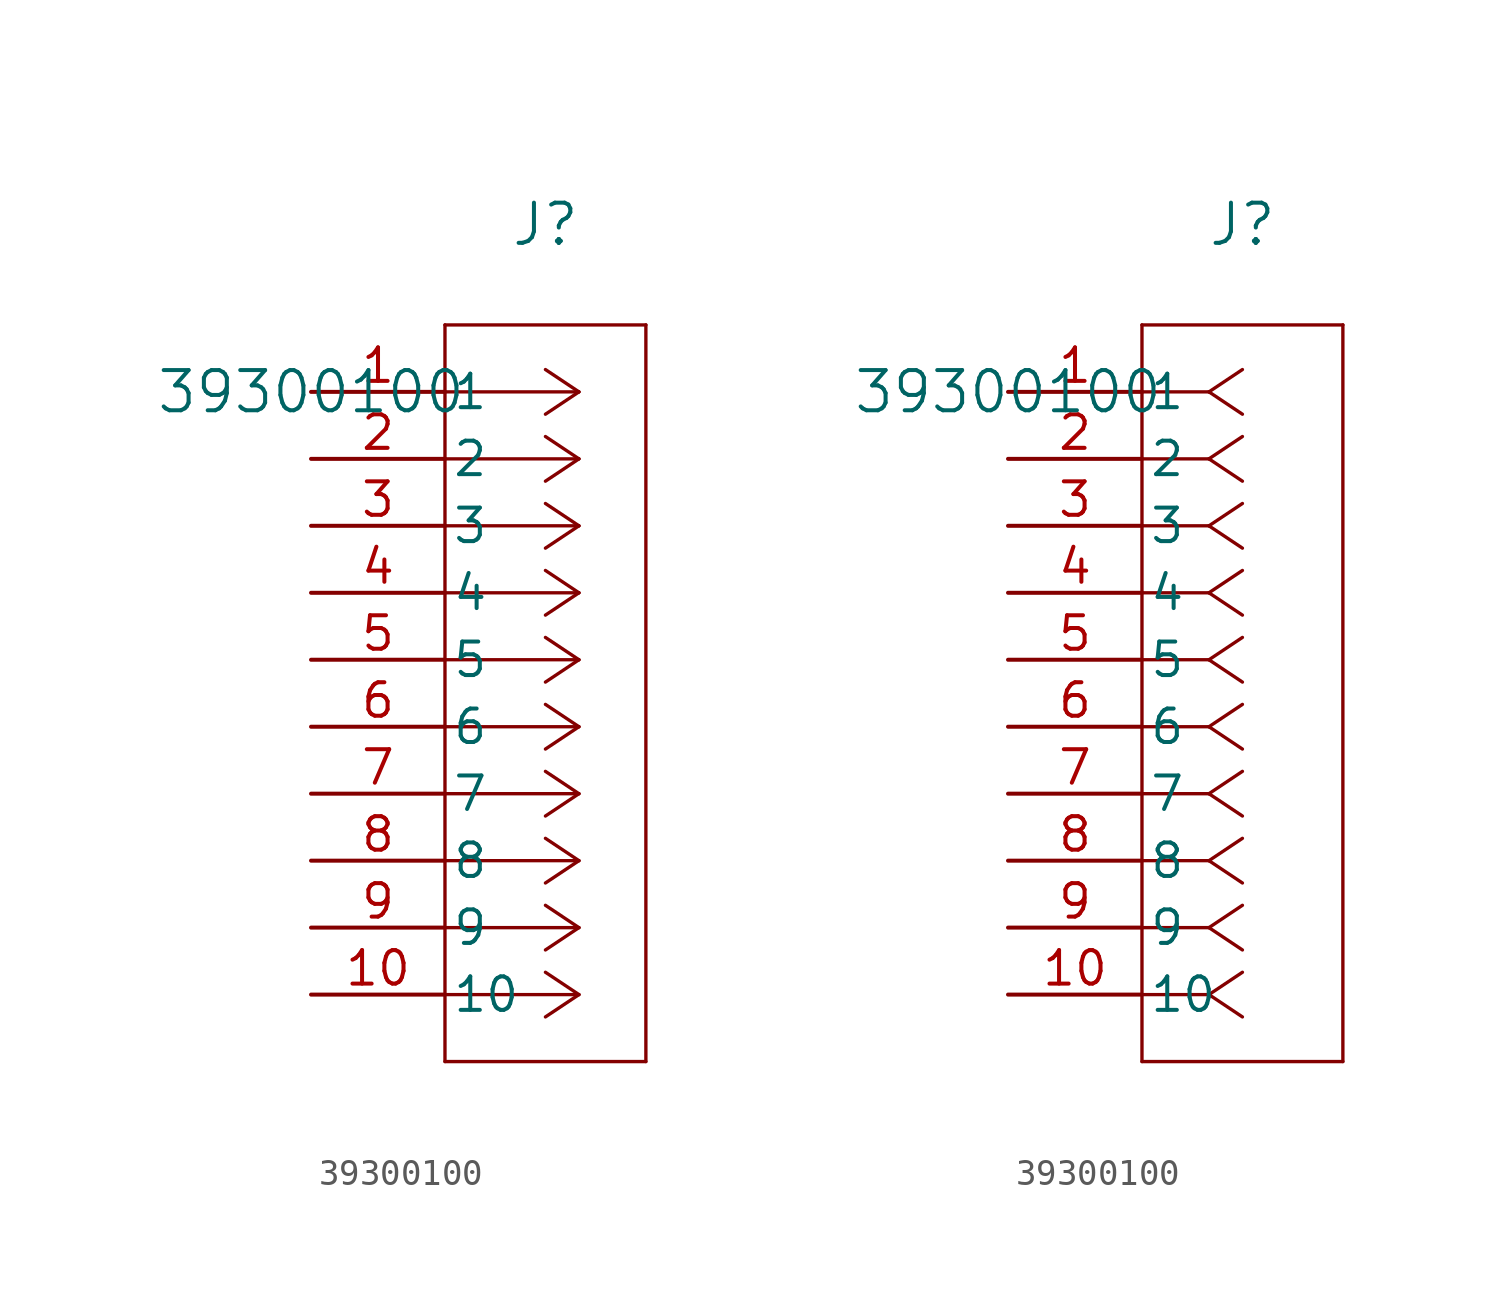
<source format=kicad_sym>
(kicad_symbol_lib
  (version 20211014)
  (generator kicad_symbol_editor)
  (symbol "39300100"
    (pin_names
      (offset 0.254))
    (property "Reference" "J"
      (at 8.89 6.35 0)
      (effects (font (size 1.524 1.524))))
    (property "Value" "39300100"
      (at 0 0 0)
      (effects (font (size 1.524 1.524))))
    (symbol "39300100_1_1"
      (polyline (pts (xy 10.16 0) (xy 5.08 0)) (stroke (width 0.127) (type default) (color 0 0 0 0)) (fill (type none)))
      (polyline (pts (xy 10.16 -2.54) (xy 5.08 -2.54)) (stroke (width 0.127) (type default) (color 0 0 0 0)) (fill (type none)))
      (polyline (pts (xy 10.16 -5.08) (xy 5.08 -5.08)) (stroke (width 0.127) (type default) (color 0 0 0 0)) (fill (type none)))
      (polyline (pts (xy 10.16 -7.62) (xy 5.08 -7.62)) (stroke (width 0.127) (type default) (color 0 0 0 0)) (fill (type none)))
      (polyline (pts (xy 10.16 -10.16) (xy 5.08 -10.16)) (stroke (width 0.127) (type default) (color 0 0 0 0)) (fill (type none)))
      (polyline (pts (xy 10.16 -12.7) (xy 5.08 -12.7)) (stroke (width 0.127) (type default) (color 0 0 0 0)) (fill (type none)))
      (polyline (pts (xy 10.16 -15.24) (xy 5.08 -15.24)) (stroke (width 0.127) (type default) (color 0 0 0 0)) (fill (type none)))
      (polyline (pts (xy 10.16 -17.78) (xy 5.08 -17.78)) (stroke (width 0.127) (type default) (color 0 0 0 0)) (fill (type none)))
      (polyline (pts (xy 10.16 -20.32) (xy 5.08 -20.32)) (stroke (width 0.127) (type default) (color 0 0 0 0)) (fill (type none)))
      (polyline (pts (xy 10.16 -22.86) (xy 5.08 -22.86)) (stroke (width 0.127) (type default) (color 0 0 0 0)) (fill (type none)))
      (polyline (pts (xy 10.16 0) (xy 8.89 0.847)) (stroke (width 0.127) (type default) (color 0 0 0 0)) (fill (type none)))
      (polyline (pts (xy 10.16 -2.54) (xy 8.89 -1.693)) (stroke (width 0.127) (type default) (color 0 0 0 0)) (fill (type none)))
      (polyline (pts (xy 10.16 -5.08) (xy 8.89 -4.233)) (stroke (width 0.127) (type default) (color 0 0 0 0)) (fill (type none)))
      (polyline (pts (xy 10.16 -7.62) (xy 8.89 -6.773)) (stroke (width 0.127) (type default) (color 0 0 0 0)) (fill (type none)))
      (polyline (pts (xy 10.16 -10.16) (xy 8.89 -9.313)) (stroke (width 0.127) (type default) (color 0 0 0 0)) (fill (type none)))
      (polyline (pts (xy 10.16 -12.7) (xy 8.89 -11.853)) (stroke (width 0.127) (type default) (color 0 0 0 0)) (fill (type none)))
      (polyline (pts (xy 10.16 -15.24) (xy 8.89 -14.393)) (stroke (width 0.127) (type default) (color 0 0 0 0)) (fill (type none)))
      (polyline (pts (xy 10.16 -17.78) (xy 8.89 -16.933)) (stroke (width 0.127) (type default) (color 0 0 0 0)) (fill (type none)))
      (polyline (pts (xy 10.16 -20.32) (xy 8.89 -19.473)) (stroke (width 0.127) (type default) (color 0 0 0 0)) (fill (type none)))
      (polyline (pts (xy 10.16 -22.86) (xy 8.89 -22.013)) (stroke (width 0.127) (type default) (color 0 0 0 0)) (fill (type none)))
      (polyline (pts (xy 10.16 0) (xy 8.89 -0.847)) (stroke (width 0.127) (type default) (color 0 0 0 0)) (fill (type none)))
      (polyline (pts (xy 10.16 -2.54) (xy 8.89 -3.387)) (stroke (width 0.127) (type default) (color 0 0 0 0)) (fill (type none)))
      (polyline (pts (xy 10.16 -5.08) (xy 8.89 -5.927)) (stroke (width 0.127) (type default) (color 0 0 0 0)) (fill (type none)))
      (polyline (pts (xy 10.16 -7.62) (xy 8.89 -8.467)) (stroke (width 0.127) (type default) (color 0 0 0 0)) (fill (type none)))
      (polyline (pts (xy 10.16 -10.16) (xy 8.89 -11.007)) (stroke (width 0.127) (type default) (color 0 0 0 0)) (fill (type none)))
      (polyline (pts (xy 10.16 -12.7) (xy 8.89 -13.547)) (stroke (width 0.127) (type default) (color 0 0 0 0)) (fill (type none)))
      (polyline (pts (xy 10.16 -15.24) (xy 8.89 -16.087)) (stroke (width 0.127) (type default) (color 0 0 0 0)) (fill (type none)))
      (polyline (pts (xy 10.16 -17.78) (xy 8.89 -18.627)) (stroke (width 0.127) (type default) (color 0 0 0 0)) (fill (type none)))
      (polyline (pts (xy 10.16 -20.32) (xy 8.89 -21.167)) (stroke (width 0.127) (type default) (color 0 0 0 0)) (fill (type none)))
      (polyline (pts (xy 10.16 -22.86) (xy 8.89 -23.707)) (stroke (width 0.127) (type default) (color 0 0 0 0)) (fill (type none)))
      (polyline (pts (xy 5.08 2.54) (xy 5.08 -25.4)) (stroke (width 0.127) (type default) (color 0 0 0 0)) (fill (type none)))
      (polyline (pts (xy 5.08 -25.4) (xy 12.7 -25.4)) (stroke (width 0.127) (type default) (color 0 0 0 0)) (fill (type none)))
      (polyline (pts (xy 12.7 -25.4) (xy 12.7 2.54)) (stroke (width 0.127) (type default) (color 0 0 0 0)) (fill (type none)))
      (polyline (pts (xy 12.7 2.54) (xy 5.08 2.54)) (stroke (width 0.127) (type default) (color 0 0 0 0)) (fill (type none)))
      (pin unspecified line (at 0 0 0) (length 5.08) (name "1" (effects (font (size 1.27 1.27)))) (number "1" (effects (font (size 1.27 1.27)))))
      (pin unspecified line (at 0 -2.54 0) (length 5.08) (name "2" (effects (font (size 1.27 1.27)))) (number "2" (effects (font (size 1.27 1.27)))))
      (pin unspecified line (at 0 -5.08 0) (length 5.08) (name "3" (effects (font (size 1.27 1.27)))) (number "3" (effects (font (size 1.27 1.27)))))
      (pin unspecified line (at 0 -7.62 0) (length 5.08) (name "4" (effects (font (size 1.27 1.27)))) (number "4" (effects (font (size 1.27 1.27)))))
      (pin unspecified line (at 0 -10.16 0) (length 5.08) (name "5" (effects (font (size 1.27 1.27)))) (number "5" (effects (font (size 1.27 1.27)))))
      (pin unspecified line (at 0 -12.7 0) (length 5.08) (name "6" (effects (font (size 1.27 1.27)))) (number "6" (effects (font (size 1.27 1.27)))))
      (pin unspecified line (at 0 -15.24 0) (length 5.08) (name "7" (effects (font (size 1.27 1.27)))) (number "7" (effects (font (size 1.27 1.27)))))
      (pin unspecified line (at 0 -17.78 0) (length 5.08) (name "8" (effects (font (size 1.27 1.27)))) (number "8" (effects (font (size 1.27 1.27)))))
      (pin unspecified line (at 0 -20.32 0) (length 5.08) (name "9" (effects (font (size 1.27 1.27)))) (number "9" (effects (font (size 1.27 1.27)))))
      (pin unspecified line (at 0 -22.86 0) (length 5.08) (name "10" (effects (font (size 1.27 1.27)))) (number "10" (effects (font (size 1.27 1.27))))))
    (symbol "39300100_1_2"
      (polyline (pts (xy 7.62 0) (xy 5.08 0)) (stroke (width 0.127) (type default) (color 0 0 0 0)) (fill (type none)))
      (polyline (pts (xy 7.62 -2.54) (xy 5.08 -2.54)) (stroke (width 0.127) (type default) (color 0 0 0 0)) (fill (type none)))
      (polyline (pts (xy 7.62 -5.08) (xy 5.08 -5.08)) (stroke (width 0.127) (type default) (color 0 0 0 0)) (fill (type none)))
      (polyline (pts (xy 7.62 -7.62) (xy 5.08 -7.62)) (stroke (width 0.127) (type default) (color 0 0 0 0)) (fill (type none)))
      (polyline (pts (xy 7.62 -10.16) (xy 5.08 -10.16)) (stroke (width 0.127) (type default) (color 0 0 0 0)) (fill (type none)))
      (polyline (pts (xy 7.62 -12.7) (xy 5.08 -12.7)) (stroke (width 0.127) (type default) (color 0 0 0 0)) (fill (type none)))
      (polyline (pts (xy 7.62 -15.24) (xy 5.08 -15.24)) (stroke (width 0.127) (type default) (color 0 0 0 0)) (fill (type none)))
      (polyline (pts (xy 7.62 -17.78) (xy 5.08 -17.78)) (stroke (width 0.127) (type default) (color 0 0 0 0)) (fill (type none)))
      (polyline (pts (xy 7.62 -20.32) (xy 5.08 -20.32)) (stroke (width 0.127) (type default) (color 0 0 0 0)) (fill (type none)))
      (polyline (pts (xy 7.62 -22.86) (xy 5.08 -22.86)) (stroke (width 0.127) (type default) (color 0 0 0 0)) (fill (type none)))
      (polyline (pts (xy 7.62 0) (xy 8.89 0.847)) (stroke (width 0.127) (type default) (color 0 0 0 0)) (fill (type none)))
      (polyline (pts (xy 7.62 -2.54) (xy 8.89 -1.693)) (stroke (width 0.127) (type default) (color 0 0 0 0)) (fill (type none)))
      (polyline (pts (xy 7.62 -5.08) (xy 8.89 -4.233)) (stroke (width 0.127) (type default) (color 0 0 0 0)) (fill (type none)))
      (polyline (pts (xy 7.62 -7.62) (xy 8.89 -6.773)) (stroke (width 0.127) (type default) (color 0 0 0 0)) (fill (type none)))
      (polyline (pts (xy 7.62 -10.16) (xy 8.89 -9.313)) (stroke (width 0.127) (type default) (color 0 0 0 0)) (fill (type none)))
      (polyline (pts (xy 7.62 -12.7) (xy 8.89 -11.853)) (stroke (width 0.127) (type default) (color 0 0 0 0)) (fill (type none)))
      (polyline (pts (xy 7.62 -15.24) (xy 8.89 -14.393)) (stroke (width 0.127) (type default) (color 0 0 0 0)) (fill (type none)))
      (polyline (pts (xy 7.62 -17.78) (xy 8.89 -16.933)) (stroke (width 0.127) (type default) (color 0 0 0 0)) (fill (type none)))
      (polyline (pts (xy 7.62 -20.32) (xy 8.89 -19.473)) (stroke (width 0.127) (type default) (color 0 0 0 0)) (fill (type none)))
      (polyline (pts (xy 7.62 -22.86) (xy 8.89 -22.013)) (stroke (width 0.127) (type default) (color 0 0 0 0)) (fill (type none)))
      (polyline (pts (xy 7.62 0) (xy 8.89 -0.847)) (stroke (width 0.127) (type default) (color 0 0 0 0)) (fill (type none)))
      (polyline (pts (xy 7.62 -2.54) (xy 8.89 -3.387)) (stroke (width 0.127) (type default) (color 0 0 0 0)) (fill (type none)))
      (polyline (pts (xy 7.62 -5.08) (xy 8.89 -5.927)) (stroke (width 0.127) (type default) (color 0 0 0 0)) (fill (type none)))
      (polyline (pts (xy 7.62 -7.62) (xy 8.89 -8.467)) (stroke (width 0.127) (type default) (color 0 0 0 0)) (fill (type none)))
      (polyline (pts (xy 7.62 -10.16) (xy 8.89 -11.007)) (stroke (width 0.127) (type default) (color 0 0 0 0)) (fill (type none)))
      (polyline (pts (xy 7.62 -12.7) (xy 8.89 -13.547)) (stroke (width 0.127) (type default) (color 0 0 0 0)) (fill (type none)))
      (polyline (pts (xy 7.62 -15.24) (xy 8.89 -16.087)) (stroke (width 0.127) (type default) (color 0 0 0 0)) (fill (type none)))
      (polyline (pts (xy 7.62 -17.78) (xy 8.89 -18.627)) (stroke (width 0.127) (type default) (color 0 0 0 0)) (fill (type none)))
      (polyline (pts (xy 7.62 -20.32) (xy 8.89 -21.167)) (stroke (width 0.127) (type default) (color 0 0 0 0)) (fill (type none)))
      (polyline (pts (xy 7.62 -22.86) (xy 8.89 -23.707)) (stroke (width 0.127) (type default) (color 0 0 0 0)) (fill (type none)))
      (polyline (pts (xy 5.08 2.54) (xy 5.08 -25.4)) (stroke (width 0.127) (type default) (color 0 0 0 0)) (fill (type none)))
      (polyline (pts (xy 5.08 -25.4) (xy 12.7 -25.4)) (stroke (width 0.127) (type default) (color 0 0 0 0)) (fill (type none)))
      (polyline (pts (xy 12.7 -25.4) (xy 12.7 2.54)) (stroke (width 0.127) (type default) (color 0 0 0 0)) (fill (type none)))
      (polyline (pts (xy 12.7 2.54) (xy 5.08 2.54)) (stroke (width 0.127) (type default) (color 0 0 0 0)) (fill (type none)))
      (pin unspecified line (at 0 0 0) (length 5.08) (name "1" (effects (font (size 1.27 1.27)))) (number "1" (effects (font (size 1.27 1.27)))))
      (pin unspecified line (at 0 -2.54 0) (length 5.08) (name "2" (effects (font (size 1.27 1.27)))) (number "2" (effects (font (size 1.27 1.27)))))
      (pin unspecified line (at 0 -5.08 0) (length 5.08) (name "3" (effects (font (size 1.27 1.27)))) (number "3" (effects (font (size 1.27 1.27)))))
      (pin unspecified line (at 0 -7.62 0) (length 5.08) (name "4" (effects (font (size 1.27 1.27)))) (number "4" (effects (font (size 1.27 1.27)))))
      (pin unspecified line (at 0 -10.16 0) (length 5.08) (name "5" (effects (font (size 1.27 1.27)))) (number "5" (effects (font (size 1.27 1.27)))))
      (pin unspecified line (at 0 -12.7 0) (length 5.08) (name "6" (effects (font (size 1.27 1.27)))) (number "6" (effects (font (size 1.27 1.27)))))
      (pin unspecified line (at 0 -15.24 0) (length 5.08) (name "7" (effects (font (size 1.27 1.27)))) (number "7" (effects (font (size 1.27 1.27)))))
      (pin unspecified line (at 0 -17.78 0) (length 5.08) (name "8" (effects (font (size 1.27 1.27)))) (number "8" (effects (font (size 1.27 1.27)))))
      (pin unspecified line (at 0 -20.32 0) (length 5.08) (name "9" (effects (font (size 1.27 1.27)))) (number "9" (effects (font (size 1.27 1.27)))))
      (pin unspecified line (at 0 -22.86 0) (length 5.08) (name "10" (effects (font (size 1.27 1.27)))) (number "10" (effects (font (size 1.27 1.27))))))))
</source>
